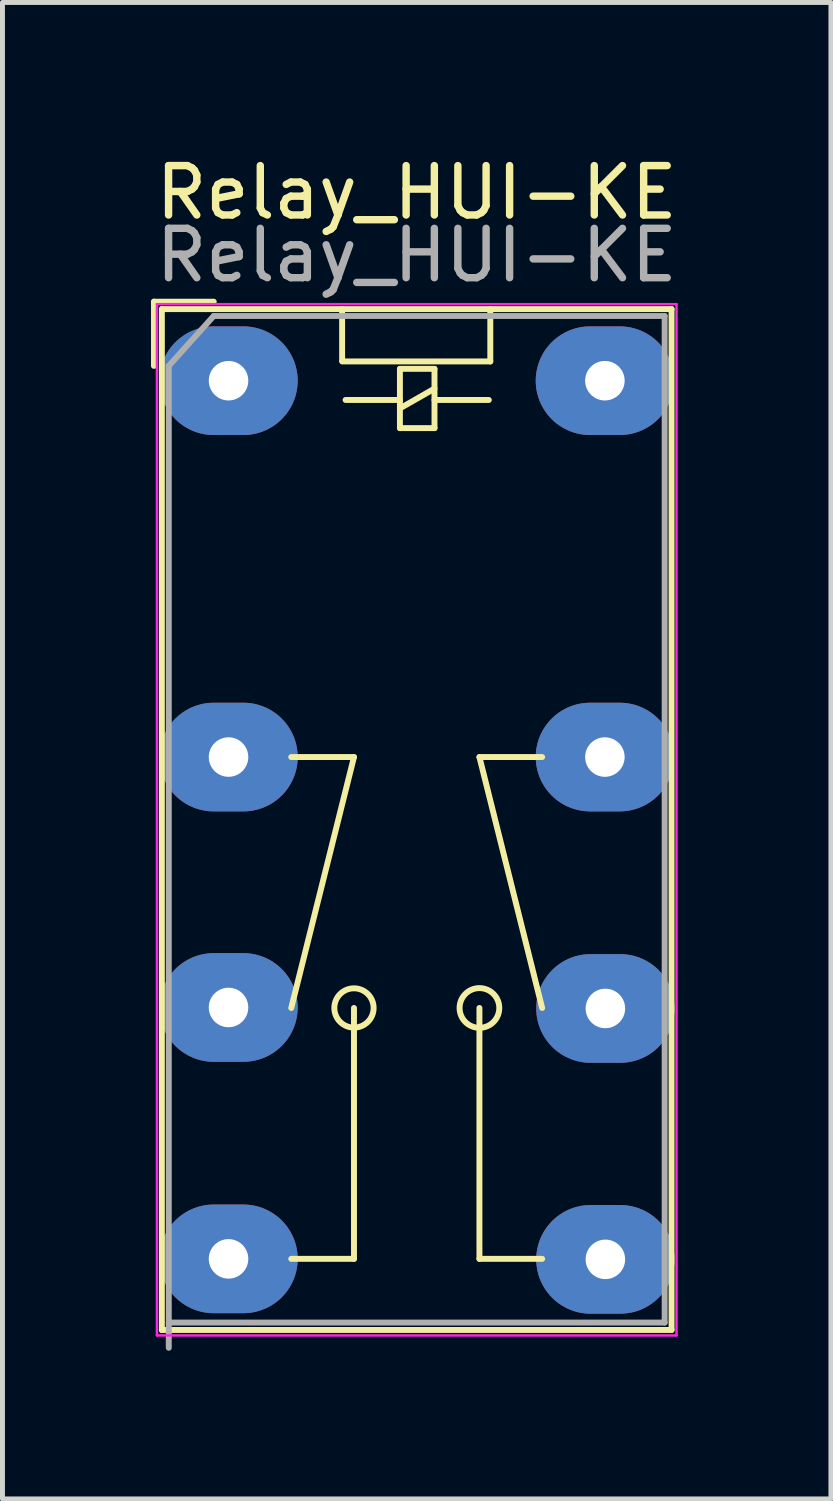
<source format=kicad_pcb>
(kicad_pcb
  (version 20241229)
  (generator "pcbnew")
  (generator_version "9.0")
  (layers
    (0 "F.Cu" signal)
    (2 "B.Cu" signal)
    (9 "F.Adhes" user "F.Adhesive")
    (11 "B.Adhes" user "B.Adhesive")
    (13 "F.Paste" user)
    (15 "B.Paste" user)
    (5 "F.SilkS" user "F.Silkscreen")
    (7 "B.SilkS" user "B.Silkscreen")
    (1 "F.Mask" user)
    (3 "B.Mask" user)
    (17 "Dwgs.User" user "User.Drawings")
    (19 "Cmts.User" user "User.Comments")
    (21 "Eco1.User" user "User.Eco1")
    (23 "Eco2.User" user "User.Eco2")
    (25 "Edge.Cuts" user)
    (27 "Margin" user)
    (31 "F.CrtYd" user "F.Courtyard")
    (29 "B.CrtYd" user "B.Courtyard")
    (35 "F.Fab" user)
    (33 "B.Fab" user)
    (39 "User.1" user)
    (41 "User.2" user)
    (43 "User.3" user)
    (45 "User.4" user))
  (footprint "Relay_HUI-KE"
    (layer "F.Cu")
    (at 1.577 4.658)
    (property "Reference" "Relay_HUI-KE" (at 3.81 -3.81 180) (layer "F.SilkS") (effects (font (size 1 1) (thickness 0.15))))
    (attr through_hole)
    (fp_line (start -1.51 -1.6) (end -0.3 -1.6) (stroke (width 0.12) (type solid)) (layer "F.SilkS"))
    (fp_line (start -1.51 -0.3) (end -1.51 -1.6) (stroke (width 0.12) (type solid)) (layer "F.SilkS"))
    (fp_line (start -1.35 -1.45) (end -1.35 19.22) (stroke (width 0.12) (type solid)) (layer "F.SilkS"))
    (fp_line (start -1.35 19.22) (end 8.97 19.22) (stroke (width 0.12) (type solid)) (layer "F.SilkS"))
    (fp_line (start 1.27 7.62) (end 2.54 7.62) (stroke (width 0.12) (type solid)) (layer "F.SilkS"))
    (fp_line (start 1.27 17.78) (end 2.54 17.78) (stroke (width 0.12) (type solid)) (layer "F.SilkS"))
    (fp_line (start 2.3 -1.45) (end 2.3 -0.41) (stroke (width 0.12) (type solid)) (layer "F.SilkS"))
    (fp_line (start 2.3 -0.39) (end 5.3 -0.39) (stroke (width 0.12) (type solid)) (layer "F.SilkS"))
    (fp_line (start 2.54 7.62) (end 1.27 12.7) (stroke (width 0.12) (type solid)) (layer "F.SilkS"))
    (fp_line (start 2.54 17.78) (end 2.54 12.7) (stroke (width 0.12) (type solid)) (layer "F.SilkS"))
    (fp_line (start 3.47 -0.24) (end 3.47 0.96) (stroke (width 0.12) (type solid)) (layer "F.SilkS"))
    (fp_line (start 3.47 0.39) (end 2.37 0.39) (stroke (width 0.12) (type solid)) (layer "F.SilkS"))
    (fp_line (start 3.47 0.56) (end 4.17 0.16) (stroke (width 0.12) (type solid)) (layer "F.SilkS"))
    (fp_line (start 3.47 0.96) (end 4.17 0.96) (stroke (width 0.12) (type solid)) (layer "F.SilkS"))
    (fp_line (start 4.17 -0.24) (end 3.47 -0.24) (stroke (width 0.12) (type solid)) (layer "F.SilkS"))
    (fp_line (start 4.17 0.39) (end 5.27 0.39) (stroke (width 0.12) (type solid)) (layer "F.SilkS"))
    (fp_line (start 4.17 0.96) (end 4.17 -0.24) (stroke (width 0.12) (type solid)) (layer "F.SilkS"))
    (fp_line (start 5.08 7.62) (end 6.35 12.7) (stroke (width 0.12) (type solid)) (layer "F.SilkS"))
    (fp_line (start 5.08 17.78) (end 5.08 12.7) (stroke (width 0.12) (type solid)) (layer "F.SilkS"))
    (fp_line (start 5.3 -0.39) (end 5.3 -1.45) (stroke (width 0.12) (type solid)) (layer "F.SilkS"))
    (fp_line (start 6.35 7.62) (end 5.08 7.62) (stroke (width 0.12) (type solid)) (layer "F.SilkS"))
    (fp_line (start 6.35 17.78) (end 5.08 17.78) (stroke (width 0.12) (type solid)) (layer "F.SilkS"))
    (fp_line (start 8.97 -1.45) (end -1.35 -1.45) (stroke (width 0.12) (type solid)) (layer "F.SilkS"))
    (fp_line (start 8.97 19.22) (end 8.97 -1.45) (stroke (width 0.12) (type solid)) (layer "F.SilkS"))
    (fp_circle (center 2.54 12.7) (end 2.898 12.873) (stroke (width 0.12) (type solid)) (fill no) (layer "F.SilkS"))
    (fp_circle (center 5.08 12.7) (end 5.421 12.487) (stroke (width 0.12) (type solid)) (fill no) (layer "F.SilkS"))
    (fp_line (start -1.45 -1.55) (end -1.45 19.33) (stroke (width 0.05) (type solid)) (layer "F.CrtYd"))
    (fp_line (start -1.45 -1.55) (end 9.07 -1.55) (stroke (width 0.05) (type solid)) (layer "F.CrtYd"))
    (fp_line (start 9.07 -1.55) (end 9.07 19.33) (stroke (width 0.05) (type solid)) (layer "F.CrtYd"))
    (fp_line (start 9.07 19.33) (end -1.45 19.33) (stroke (width 0.05) (type solid)) (layer "F.CrtYd"))
    (fp_line (start -1.21 -0.3) (end -1.21 19.58) (stroke (width 0.12) (type solid)) (layer "F.Fab"))
    (fp_line (start -1.21 -0.3) (end -0.3 -1.31) (stroke (width 0.12) (type solid)) (layer "F.Fab"))
    (fp_line (start -1.21 19.07) (end 8.83 19.07) (stroke (width 0.12) (type solid)) (layer "F.Fab"))
    (fp_line (start 8.83 -1.31) (end -0.3 -1.31) (stroke (width 0.12) (type solid)) (layer "F.Fab"))
    (fp_line (start 8.83 19.07) (end 8.83 -1.31) (stroke (width 0.12) (type solid)) (layer "F.Fab"))
    (fp_text user "${REFERENCE}" (at 3.81 -2.54 180) (layer "F.Fab") (effects (font (size 1 1) (thickness 0.15))))
    (pad "1" thru_hole oval (at 0 0) (size 2.8 2.2) (drill 0.8) (layers "*.Cu"))
    (pad "2" thru_hole oval (at 0 7.62) (size 2.8 2.2) (drill 0.8) (layers "*.Cu"))
    (pad "3" thru_hole oval (at 0 12.69) (size 2.8 2.2) (drill 0.8) (layers "*.Cu"))
    (pad "4" thru_hole oval (at 0 17.78) (size 2.8 2.2) (drill 0.8) (layers "*.Cu"))
    (pad "5" thru_hole oval (at 7.63 17.79) (size 2.8 2.2) (drill 0.8) (layers "*.Cu"))
    (pad "6" thru_hole oval (at 7.63 12.71) (size 2.8 2.2) (drill 0.8) (layers "*.Cu"))
    (pad "7" thru_hole oval (at 7.62 7.62) (size 2.8 2.2) (drill 0.8) (layers "*.Cu"))
    (pad "8" thru_hole oval (at 7.62 0) (size 2.8 2.2) (drill 0.8) (layers "*.Cu")))
  (gr_rect
    (start -3 -3)
    (end 13.774 27.298)
    (stroke (width 0.1) (type default))
    (fill no)
    (layer "Edge.Cuts")))
</source>
